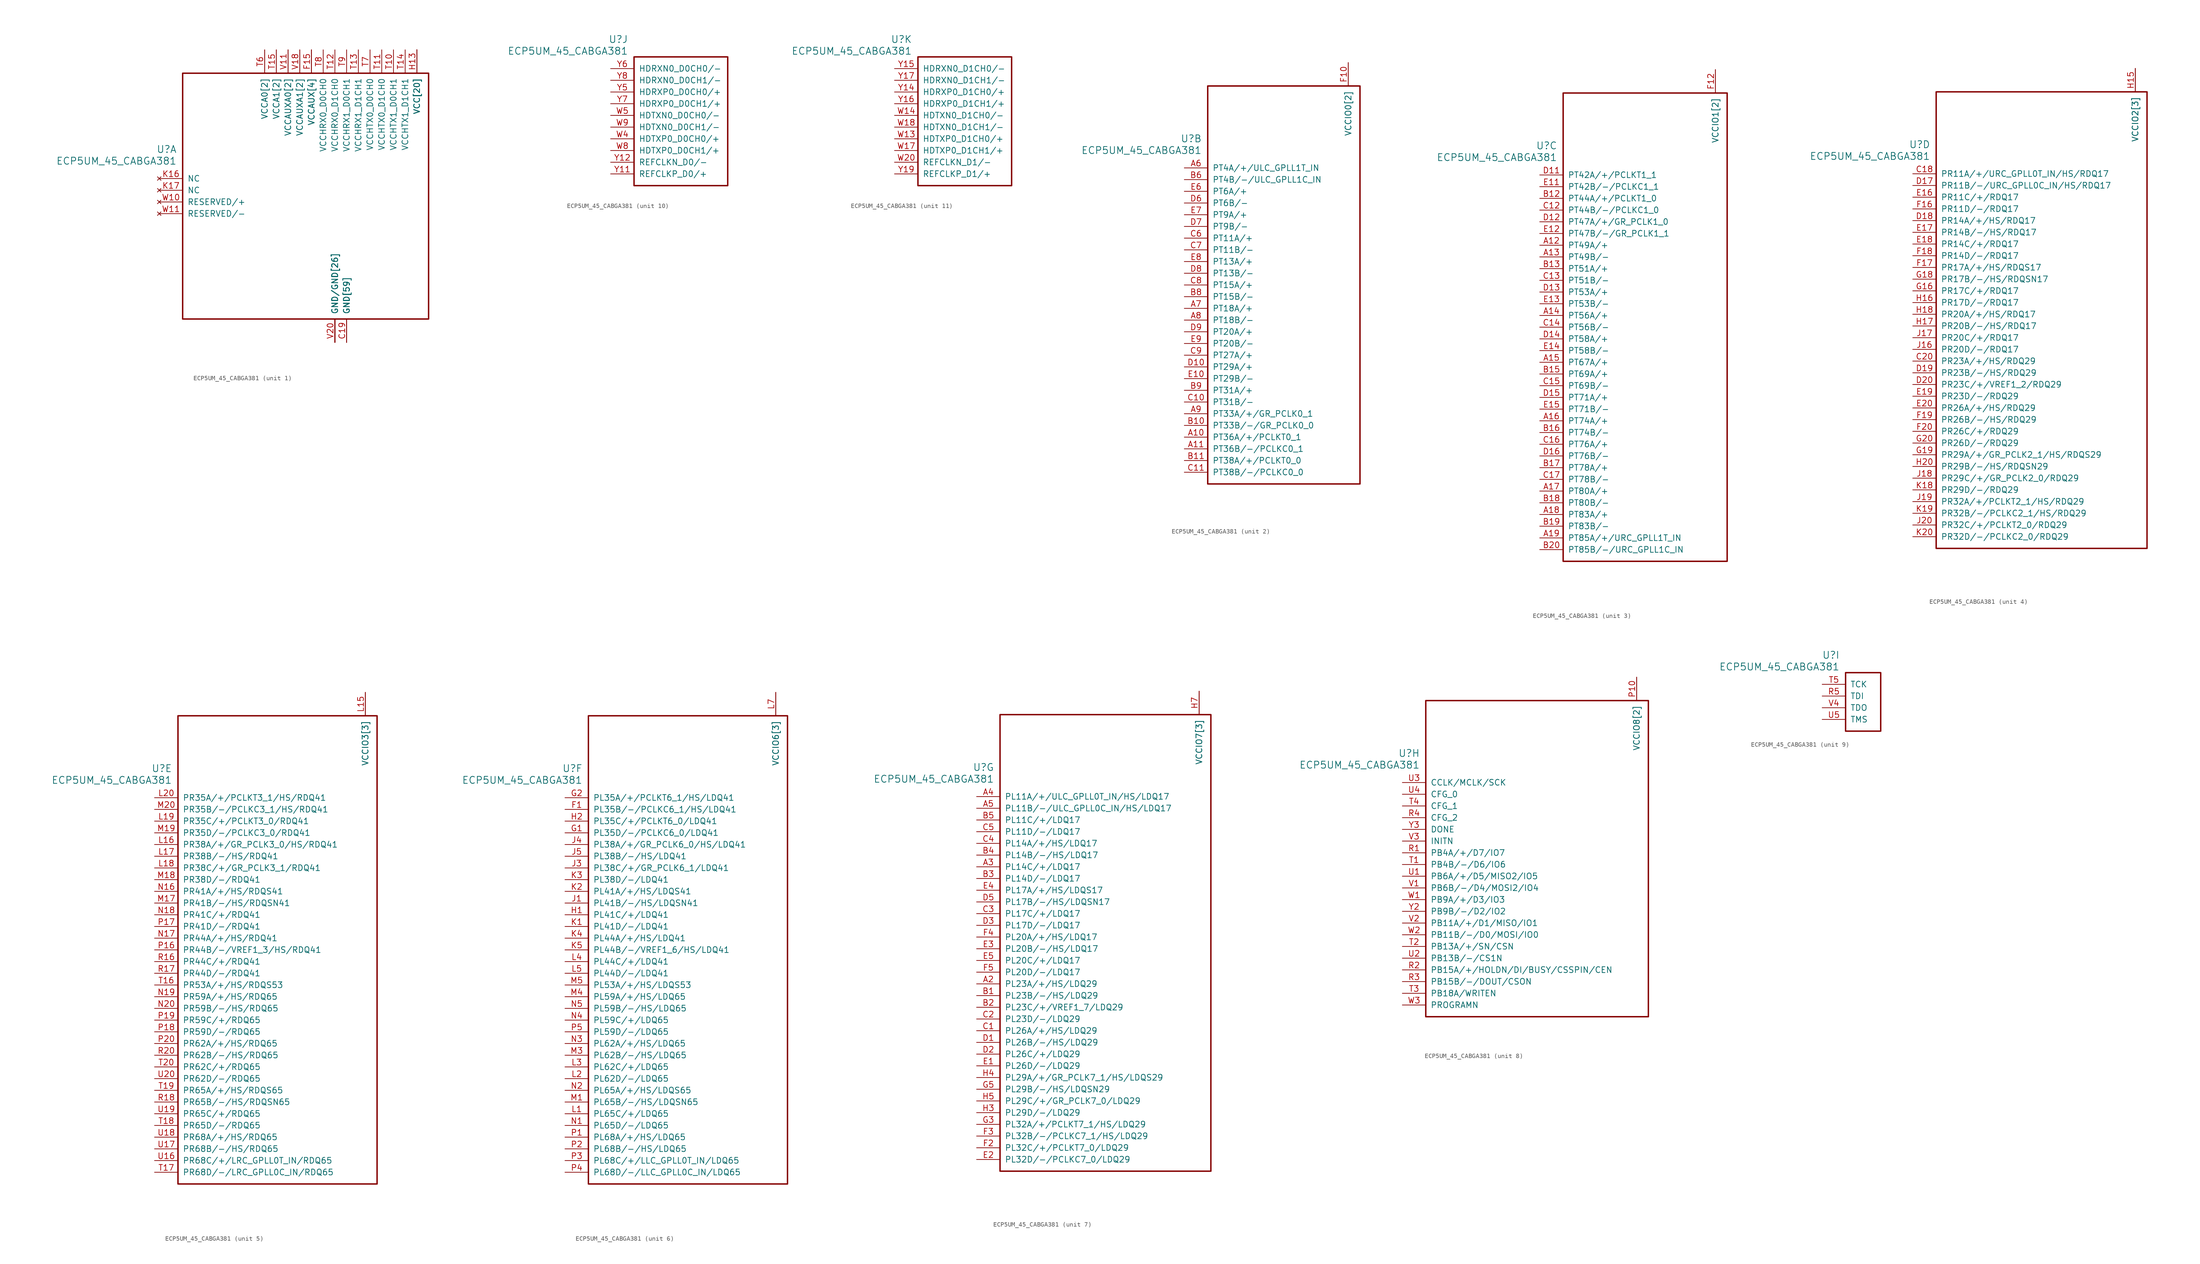
<source format=kicad_sym>
(kicad_symbol_lib
  (version 20211014)
  (generator kicad_symbol_editor)
  (symbol "ECP5UM_45_CABGA381"
    (pin_names
      (offset 1.016))
    (property "Reference" "U"
      (at 3.81 6.35 0)
      (effects (font (size 1.524 1.524)) (justify right)))
    (property "Value" "ECP5UM_45_CABGA381"
      (at 3.81 3.81 0)
      (effects (font (size 1.524 1.524)) (justify right)))
    (property "ki_locked" ""
      (at 0 0 0)
      (effects (font (size 1.27 1.27))))
    (symbol "ECP5UM_45_CABGA381_1_1"
      (rectangle (start 5.08 22.86) (end 58.42 -30.48) (stroke (width 0.305) (type default) (color 0 0 0 0)) (fill (type none)))
      (pin power_in line (at 40.64 -35.56 90) (length 5.08) (name "GND[59]" (effects (font (size 1.27 1.27)))) (number "B14" (effects (font (size 0 0)))))
      (pin power_in line (at 40.64 -35.56 90) (length 5.08) (name "GND[59]" (effects (font (size 1.27 1.27)))) (number "B7" (effects (font (size 0 0)))))
      (pin power_in line (at 40.64 -35.56 90) (length 5.08) (name "GND[59]" (effects (font (size 1.27 1.27)))) (number "C19" (effects (font (size 1.27 1.27)))))
      (pin power_in line (at 40.64 -35.56 90) (length 5.08) (name "GND[59]" (effects (font (size 1.27 1.27)))) (number "D4" (effects (font (size 0 0)))))
      (pin power_in line (at 40.64 -35.56 90) (length 5.08) (name "GND[59]" (effects (font (size 1.27 1.27)))) (number "F13" (effects (font (size 0 0)))))
      (pin power_in line (at 40.64 -35.56 90) (length 5.08) (name "GND[59]" (effects (font (size 1.27 1.27)))) (number "F14" (effects (font (size 0 0)))))
      (pin power_in line (at 33.02 27.94 270) (length 5.08) (name "VCCAUX[4]" (effects (font (size 1.27 1.27)))) (number "F15" (effects (font (size 1.27 1.27)))))
      (pin power_in line (at 33.02 27.94 270) (length 5.08) (name "VCCAUX[4]" (effects (font (size 1.27 1.27)))) (number "F6" (effects (font (size 0 0)))))
      (pin power_in line (at 40.64 -35.56 90) (length 5.08) (name "GND[59]" (effects (font (size 1.27 1.27)))) (number "F7" (effects (font (size 0 0)))))
      (pin power_in line (at 40.64 -35.56 90) (length 5.08) (name "GND[59]" (effects (font (size 1.27 1.27)))) (number "F8" (effects (font (size 0 0)))))
      (pin power_in line (at 40.64 -35.56 90) (length 5.08) (name "GND[59]" (effects (font (size 1.27 1.27)))) (number "G10" (effects (font (size 0 0)))))
      (pin power_in line (at 40.64 -35.56 90) (length 5.08) (name "GND[59]" (effects (font (size 1.27 1.27)))) (number "G11" (effects (font (size 0 0)))))
      (pin power_in line (at 40.64 -35.56 90) (length 5.08) (name "GND[59]" (effects (font (size 1.27 1.27)))) (number "G12" (effects (font (size 0 0)))))
      (pin power_in line (at 40.64 -35.56 90) (length 5.08) (name "GND[59]" (effects (font (size 1.27 1.27)))) (number "G13" (effects (font (size 0 0)))))
      (pin power_in line (at 40.64 -35.56 90) (length 5.08) (name "GND[59]" (effects (font (size 1.27 1.27)))) (number "G14" (effects (font (size 0 0)))))
      (pin power_in line (at 40.64 -35.56 90) (length 5.08) (name "GND[59]" (effects (font (size 1.27 1.27)))) (number "G15" (effects (font (size 0 0)))))
      (pin power_in line (at 40.64 -35.56 90) (length 5.08) (name "GND[59]" (effects (font (size 1.27 1.27)))) (number "G17" (effects (font (size 0 0)))))
      (pin power_in line (at 40.64 -35.56 90) (length 5.08) (name "GND[59]" (effects (font (size 1.27 1.27)))) (number "G4" (effects (font (size 0 0)))))
      (pin power_in line (at 40.64 -35.56 90) (length 5.08) (name "GND[59]" (effects (font (size 1.27 1.27)))) (number "G6" (effects (font (size 0 0)))))
      (pin power_in line (at 40.64 -35.56 90) (length 5.08) (name "GND[59]" (effects (font (size 1.27 1.27)))) (number "G7" (effects (font (size 0 0)))))
      (pin power_in line (at 40.64 -35.56 90) (length 5.08) (name "GND[59]" (effects (font (size 1.27 1.27)))) (number "G8" (effects (font (size 0 0)))))
      (pin power_in line (at 40.64 -35.56 90) (length 5.08) (name "GND[59]" (effects (font (size 1.27 1.27)))) (number "G9" (effects (font (size 0 0)))))
      (pin power_in line (at 55.88 27.94 270) (length 5.08) (name "VCC[20]" (effects (font (size 1.27 1.27)))) (number "H10" (effects (font (size 0 0)))))
      (pin power_in line (at 55.88 27.94 270) (length 5.08) (name "VCC[20]" (effects (font (size 1.27 1.27)))) (number "H11" (effects (font (size 0 0)))))
      (pin power_in line (at 55.88 27.94 270) (length 5.08) (name "VCC[20]" (effects (font (size 1.27 1.27)))) (number "H12" (effects (font (size 0 0)))))
      (pin power_in line (at 55.88 27.94 270) (length 5.08) (name "VCC[20]" (effects (font (size 1.27 1.27)))) (number "H13" (effects (font (size 1.27 1.27)))))
      (pin power_in line (at 40.64 -35.56 90) (length 5.08) (name "GND[59]" (effects (font (size 1.27 1.27)))) (number "H19" (effects (font (size 0 0)))))
      (pin power_in line (at 55.88 27.94 270) (length 5.08) (name "VCC[20]" (effects (font (size 1.27 1.27)))) (number "H8" (effects (font (size 0 0)))))
      (pin power_in line (at 55.88 27.94 270) (length 5.08) (name "VCC[20]" (effects (font (size 1.27 1.27)))) (number "H9" (effects (font (size 0 0)))))
      (pin power_in line (at 40.64 -35.56 90) (length 5.08) (name "GND[59]" (effects (font (size 1.27 1.27)))) (number "J10" (effects (font (size 0 0)))))
      (pin power_in line (at 40.64 -35.56 90) (length 5.08) (name "GND[59]" (effects (font (size 1.27 1.27)))) (number "J11" (effects (font (size 0 0)))))
      (pin power_in line (at 40.64 -35.56 90) (length 5.08) (name "GND[59]" (effects (font (size 1.27 1.27)))) (number "J12" (effects (font (size 0 0)))))
      (pin power_in line (at 55.88 27.94 270) (length 5.08) (name "VCC[20]" (effects (font (size 1.27 1.27)))) (number "J13" (effects (font (size 0 0)))))
      (pin power_in line (at 40.64 -35.56 90) (length 5.08) (name "GND[59]" (effects (font (size 1.27 1.27)))) (number "J14" (effects (font (size 0 0)))))
      (pin power_in line (at 40.64 -35.56 90) (length 5.08) (name "GND[59]" (effects (font (size 1.27 1.27)))) (number "J2" (effects (font (size 0 0)))))
      (pin power_in line (at 40.64 -35.56 90) (length 5.08) (name "GND[59]" (effects (font (size 1.27 1.27)))) (number "J7" (effects (font (size 0 0)))))
      (pin power_in line (at 55.88 27.94 270) (length 5.08) (name "VCC[20]" (effects (font (size 1.27 1.27)))) (number "J8" (effects (font (size 0 0)))))
      (pin power_in line (at 40.64 -35.56 90) (length 5.08) (name "GND[59]" (effects (font (size 1.27 1.27)))) (number "J9" (effects (font (size 0 0)))))
      (pin power_in line (at 40.64 -35.56 90) (length 5.08) (name "GND[59]" (effects (font (size 1.27 1.27)))) (number "K10" (effects (font (size 0 0)))))
      (pin power_in line (at 40.64 -35.56 90) (length 5.08) (name "GND[59]" (effects (font (size 1.27 1.27)))) (number "K11" (effects (font (size 0 0)))))
      (pin power_in line (at 40.64 -35.56 90) (length 5.08) (name "GND[59]" (effects (font (size 1.27 1.27)))) (number "K12" (effects (font (size 0 0)))))
      (pin power_in line (at 55.88 27.94 270) (length 5.08) (name "VCC[20]" (effects (font (size 1.27 1.27)))) (number "K13" (effects (font (size 0 0)))))
      (pin power_in line (at 40.64 -35.56 90) (length 5.08) (name "GND[59]" (effects (font (size 1.27 1.27)))) (number "K14" (effects (font (size 0 0)))))
      (pin power_in line (at 40.64 -35.56 90) (length 5.08) (name "GND[59]" (effects (font (size 1.27 1.27)))) (number "K15" (effects (font (size 0 0)))))
      (pin no_connect line (at 0 0 0) (length 5.08) (name "NC" (effects (font (size 1.27 1.27)))) (number "K16" (effects (font (size 1.27 1.27)))))
      (pin no_connect line (at 0 -2.54 0) (length 5.08) (name "NC" (effects (font (size 1.27 1.27)))) (number "K17" (effects (font (size 1.27 1.27)))))
      (pin power_in line (at 40.64 -35.56 90) (length 5.08) (name "GND[59]" (effects (font (size 1.27 1.27)))) (number "K6" (effects (font (size 0 0)))))
      (pin power_in line (at 40.64 -35.56 90) (length 5.08) (name "GND[59]" (effects (font (size 1.27 1.27)))) (number "K7" (effects (font (size 0 0)))))
      (pin power_in line (at 55.88 27.94 270) (length 5.08) (name "VCC[20]" (effects (font (size 1.27 1.27)))) (number "K8" (effects (font (size 0 0)))))
      (pin power_in line (at 40.64 -35.56 90) (length 5.08) (name "GND[59]" (effects (font (size 1.27 1.27)))) (number "K9" (effects (font (size 0 0)))))
      (pin power_in line (at 40.64 -35.56 90) (length 5.08) (name "GND[59]" (effects (font (size 1.27 1.27)))) (number "L10" (effects (font (size 0 0)))))
      (pin power_in line (at 40.64 -35.56 90) (length 5.08) (name "GND[59]" (effects (font (size 1.27 1.27)))) (number "L11" (effects (font (size 0 0)))))
      (pin power_in line (at 40.64 -35.56 90) (length 5.08) (name "GND[59]" (effects (font (size 1.27 1.27)))) (number "L12" (effects (font (size 0 0)))))
      (pin power_in line (at 55.88 27.94 270) (length 5.08) (name "VCC[20]" (effects (font (size 1.27 1.27)))) (number "L13" (effects (font (size 0 0)))))
      (pin power_in line (at 55.88 27.94 270) (length 5.08) (name "VCC[20]" (effects (font (size 1.27 1.27)))) (number "L8" (effects (font (size 0 0)))))
      (pin power_in line (at 40.64 -35.56 90) (length 5.08) (name "GND[59]" (effects (font (size 1.27 1.27)))) (number "L9" (effects (font (size 0 0)))))
      (pin power_in line (at 40.64 -35.56 90) (length 5.08) (name "GND[59]" (effects (font (size 1.27 1.27)))) (number "M10" (effects (font (size 0 0)))))
      (pin power_in line (at 40.64 -35.56 90) (length 5.08) (name "GND[59]" (effects (font (size 1.27 1.27)))) (number "M11" (effects (font (size 0 0)))))
      (pin power_in line (at 40.64 -35.56 90) (length 5.08) (name "GND[59]" (effects (font (size 1.27 1.27)))) (number "M12" (effects (font (size 0 0)))))
      (pin power_in line (at 55.88 27.94 270) (length 5.08) (name "VCC[20]" (effects (font (size 1.27 1.27)))) (number "M13" (effects (font (size 0 0)))))
      (pin power_in line (at 40.64 -35.56 90) (length 5.08) (name "GND[59]" (effects (font (size 1.27 1.27)))) (number "M14" (effects (font (size 0 0)))))
      (pin power_in line (at 40.64 -35.56 90) (length 5.08) (name "GND[59]" (effects (font (size 1.27 1.27)))) (number "M16" (effects (font (size 0 0)))))
      (pin power_in line (at 40.64 -35.56 90) (length 5.08) (name "GND[59]" (effects (font (size 1.27 1.27)))) (number "M2" (effects (font (size 0 0)))))
      (pin power_in line (at 40.64 -35.56 90) (length 5.08) (name "GND[59]" (effects (font (size 1.27 1.27)))) (number "M7" (effects (font (size 0 0)))))
      (pin power_in line (at 55.88 27.94 270) (length 5.08) (name "VCC[20]" (effects (font (size 1.27 1.27)))) (number "M8" (effects (font (size 0 0)))))
      (pin power_in line (at 40.64 -35.56 90) (length 5.08) (name "GND[59]" (effects (font (size 1.27 1.27)))) (number "M9" (effects (font (size 0 0)))))
      (pin power_in line (at 55.88 27.94 270) (length 5.08) (name "VCC[20]" (effects (font (size 1.27 1.27)))) (number "N10" (effects (font (size 0 0)))))
      (pin power_in line (at 55.88 27.94 270) (length 5.08) (name "VCC[20]" (effects (font (size 1.27 1.27)))) (number "N11" (effects (font (size 0 0)))))
      (pin power_in line (at 55.88 27.94 270) (length 5.08) (name "VCC[20]" (effects (font (size 1.27 1.27)))) (number "N12" (effects (font (size 0 0)))))
      (pin power_in line (at 55.88 27.94 270) (length 5.08) (name "VCC[20]" (effects (font (size 1.27 1.27)))) (number "N13" (effects (font (size 0 0)))))
      (pin power_in line (at 40.64 -35.56 90) (length 5.08) (name "GND[59]" (effects (font (size 1.27 1.27)))) (number "N14" (effects (font (size 0 0)))))
      (pin power_in line (at 40.64 -35.56 90) (length 5.08) (name "GND[59]" (effects (font (size 1.27 1.27)))) (number "N15" (effects (font (size 0 0)))))
      (pin power_in line (at 40.64 -35.56 90) (length 5.08) (name "GND[59]" (effects (font (size 1.27 1.27)))) (number "N6" (effects (font (size 0 0)))))
      (pin power_in line (at 40.64 -35.56 90) (length 5.08) (name "GND[59]" (effects (font (size 1.27 1.27)))) (number "N7" (effects (font (size 0 0)))))
      (pin power_in line (at 55.88 27.94 270) (length 5.08) (name "VCC[20]" (effects (font (size 1.27 1.27)))) (number "N8" (effects (font (size 0 0)))))
      (pin power_in line (at 55.88 27.94 270) (length 5.08) (name "VCC[20]" (effects (font (size 1.27 1.27)))) (number "N9" (effects (font (size 0 0)))))
      (pin power_in line (at 40.64 -35.56 90) (length 5.08) (name "GND[59]" (effects (font (size 1.27 1.27)))) (number "P11" (effects (font (size 0 0)))))
      (pin power_in line (at 40.64 -35.56 90) (length 5.08) (name "GND[59]" (effects (font (size 1.27 1.27)))) (number "P12" (effects (font (size 0 0)))))
      (pin power_in line (at 40.64 -35.56 90) (length 5.08) (name "GND[59]" (effects (font (size 1.27 1.27)))) (number "P13" (effects (font (size 0 0)))))
      (pin power_in line (at 40.64 -35.56 90) (length 5.08) (name "GND[59]" (effects (font (size 1.27 1.27)))) (number "P14" (effects (font (size 0 0)))))
      (pin power_in line (at 33.02 27.94 270) (length 5.08) (name "VCCAUX[4]" (effects (font (size 1.27 1.27)))) (number "P15" (effects (font (size 0 0)))))
      (pin power_in line (at 33.02 27.94 270) (length 5.08) (name "VCCAUX[4]" (effects (font (size 1.27 1.27)))) (number "P6" (effects (font (size 0 0)))))
      (pin power_in line (at 40.64 -35.56 90) (length 5.08) (name "GND[59]" (effects (font (size 1.27 1.27)))) (number "P7" (effects (font (size 0 0)))))
      (pin power_in line (at 40.64 -35.56 90) (length 5.08) (name "GND[59]" (effects (font (size 1.27 1.27)))) (number "P8" (effects (font (size 0 0)))))
      (pin power_in line (at 40.64 -35.56 90) (length 5.08) (name "GND[59]" (effects (font (size 1.27 1.27)))) (number "R19" (effects (font (size 0 0)))))
      (pin power_in line (at 50.8 27.94 270) (length 5.08) (name "VCCHTX1_D0CH1" (effects (font (size 1.27 1.27)))) (number "T10" (effects (font (size 1.27 1.27)))))
      (pin power_in line (at 48.26 27.94 270) (length 5.08) (name "VCCHTX0_D1CH0" (effects (font (size 1.27 1.27)))) (number "T11" (effects (font (size 1.27 1.27)))))
      (pin power_in line (at 38.1 27.94 270) (length 5.08) (name "VCCHRX0_D1CH0" (effects (font (size 1.27 1.27)))) (number "T12" (effects (font (size 1.27 1.27)))))
      (pin power_in line (at 43.18 27.94 270) (length 5.08) (name "VCCHRX1_D1CH1" (effects (font (size 1.27 1.27)))) (number "T13" (effects (font (size 1.27 1.27)))))
      (pin power_in line (at 53.34 27.94 270) (length 5.08) (name "VCCHTX1_D1CH1" (effects (font (size 1.27 1.27)))) (number "T14" (effects (font (size 1.27 1.27)))))
      (pin power_in line (at 25.4 27.94 270) (length 5.08) (name "VCCA1[2]" (effects (font (size 1.27 1.27)))) (number "T15" (effects (font (size 1.27 1.27)))))
      (pin power_in line (at 22.86 27.94 270) (length 5.08) (name "VCCA0[2]" (effects (font (size 1.27 1.27)))) (number "T6" (effects (font (size 1.27 1.27)))))
      (pin power_in line (at 45.72 27.94 270) (length 5.08) (name "VCCHTX0_D0CH0" (effects (font (size 1.27 1.27)))) (number "T7" (effects (font (size 1.27 1.27)))))
      (pin power_in line (at 35.56 27.94 270) (length 5.08) (name "VCCHRX0_D0CH0" (effects (font (size 1.27 1.27)))) (number "T8" (effects (font (size 1.27 1.27)))))
      (pin power_in line (at 40.64 27.94 270) (length 5.08) (name "VCCHRX1_D0CH1" (effects (font (size 1.27 1.27)))) (number "T9" (effects (font (size 1.27 1.27)))))
      (pin power_in line (at 38.1 -35.56 90) (length 5.08) (name "GND/GND[26]" (effects (font (size 1.27 1.27)))) (number "U10" (effects (font (size 0 0)))))
      (pin power_in line (at 38.1 -35.56 90) (length 5.08) (name "GND/GND[26]" (effects (font (size 1.27 1.27)))) (number "U11" (effects (font (size 0 0)))))
      (pin power_in line (at 38.1 -35.56 90) (length 5.08) (name "GND/GND[26]" (effects (font (size 1.27 1.27)))) (number "U12" (effects (font (size 0 0)))))
      (pin power_in line (at 38.1 -35.56 90) (length 5.08) (name "GND/GND[26]" (effects (font (size 1.27 1.27)))) (number "U13" (effects (font (size 0 0)))))
      (pin power_in line (at 38.1 -35.56 90) (length 5.08) (name "GND/GND[26]" (effects (font (size 1.27 1.27)))) (number "U14" (effects (font (size 0 0)))))
      (pin power_in line (at 25.4 27.94 270) (length 5.08) (name "VCCA1[2]" (effects (font (size 1.27 1.27)))) (number "U15" (effects (font (size 0 0)))))
      (pin power_in line (at 22.86 27.94 270) (length 5.08) (name "VCCA0[2]" (effects (font (size 1.27 1.27)))) (number "U6" (effects (font (size 0 0)))))
      (pin power_in line (at 38.1 -35.56 90) (length 5.08) (name "GND/GND[26]" (effects (font (size 1.27 1.27)))) (number "U7" (effects (font (size 0 0)))))
      (pin power_in line (at 38.1 -35.56 90) (length 5.08) (name "GND/GND[26]" (effects (font (size 1.27 1.27)))) (number "U8" (effects (font (size 0 0)))))
      (pin power_in line (at 38.1 -35.56 90) (length 5.08) (name "GND/GND[26]" (effects (font (size 1.27 1.27)))) (number "U9" (effects (font (size 0 0)))))
      (pin power_in line (at 27.94 27.94 270) (length 5.08) (name "VCCAUXA0[2]" (effects (font (size 1.27 1.27)))) (number "V10" (effects (font (size 0 0)))))
      (pin power_in line (at 27.94 27.94 270) (length 5.08) (name "VCCAUXA0[2]" (effects (font (size 1.27 1.27)))) (number "V11" (effects (font (size 1.27 1.27)))))
      (pin power_in line (at 38.1 -35.56 90) (length 5.08) (name "GND/GND[26]" (effects (font (size 1.27 1.27)))) (number "V12" (effects (font (size 0 0)))))
      (pin power_in line (at 38.1 -35.56 90) (length 5.08) (name "GND/GND[26]" (effects (font (size 1.27 1.27)))) (number "V13" (effects (font (size 0 0)))))
      (pin power_in line (at 38.1 -35.56 90) (length 5.08) (name "GND/GND[26]" (effects (font (size 1.27 1.27)))) (number "V14" (effects (font (size 0 0)))))
      (pin power_in line (at 38.1 -35.56 90) (length 5.08) (name "GND/GND[26]" (effects (font (size 1.27 1.27)))) (number "V15" (effects (font (size 0 0)))))
      (pin power_in line (at 38.1 -35.56 90) (length 5.08) (name "GND/GND[26]" (effects (font (size 1.27 1.27)))) (number "V16" (effects (font (size 0 0)))))
      (pin power_in line (at 30.48 27.94 270) (length 5.08) (name "VCCAUXA1[2]" (effects (font (size 1.27 1.27)))) (number "V17" (effects (font (size 0 0)))))
      (pin power_in line (at 30.48 27.94 270) (length 5.08) (name "VCCAUXA1[2]" (effects (font (size 1.27 1.27)))) (number "V18" (effects (font (size 1.27 1.27)))))
      (pin power_in line (at 38.1 -35.56 90) (length 5.08) (name "GND/GND[26]" (effects (font (size 1.27 1.27)))) (number "V19" (effects (font (size 0 0)))))
      (pin power_in line (at 38.1 -35.56 90) (length 5.08) (name "GND/GND[26]" (effects (font (size 1.27 1.27)))) (number "V20" (effects (font (size 1.27 1.27)))))
      (pin power_in line (at 38.1 -35.56 90) (length 5.08) (name "GND/GND[26]" (effects (font (size 1.27 1.27)))) (number "V5" (effects (font (size 0 0)))))
      (pin power_in line (at 38.1 -35.56 90) (length 5.08) (name "GND/GND[26]" (effects (font (size 1.27 1.27)))) (number "V6" (effects (font (size 0 0)))))
      (pin power_in line (at 38.1 -35.56 90) (length 5.08) (name "GND/GND[26]" (effects (font (size 1.27 1.27)))) (number "V7" (effects (font (size 0 0)))))
      (pin power_in line (at 38.1 -35.56 90) (length 5.08) (name "GND/GND[26]" (effects (font (size 1.27 1.27)))) (number "V8" (effects (font (size 0 0)))))
      (pin power_in line (at 38.1 -35.56 90) (length 5.08) (name "GND/GND[26]" (effects (font (size 1.27 1.27)))) (number "V9" (effects (font (size 0 0)))))
      (pin no_connect line (at 0 -5.08 0) (length 5.08) (name "RESERVED/+" (effects (font (size 1.27 1.27)))) (number "W10" (effects (font (size 1.27 1.27)))))
      (pin no_connect line (at 0 -7.62 0) (length 5.08) (name "RESERVED/-" (effects (font (size 1.27 1.27)))) (number "W11" (effects (font (size 1.27 1.27)))))
      (pin power_in line (at 38.1 -35.56 90) (length 5.08) (name "GND/GND[26]" (effects (font (size 1.27 1.27)))) (number "W12" (effects (font (size 0 0)))))
      (pin power_in line (at 38.1 -35.56 90) (length 5.08) (name "GND/GND[26]" (effects (font (size 1.27 1.27)))) (number "W15" (effects (font (size 0 0)))))
      (pin power_in line (at 38.1 -35.56 90) (length 5.08) (name "GND/GND[26]" (effects (font (size 1.27 1.27)))) (number "W16" (effects (font (size 0 0)))))
      (pin power_in line (at 38.1 -35.56 90) (length 5.08) (name "GND/GND[26]" (effects (font (size 1.27 1.27)))) (number "W19" (effects (font (size 0 0)))))
      (pin power_in line (at 38.1 -35.56 90) (length 5.08) (name "GND/GND[26]" (effects (font (size 1.27 1.27)))) (number "W6" (effects (font (size 0 0)))))
      (pin power_in line (at 38.1 -35.56 90) (length 5.08) (name "GND/GND[26]" (effects (font (size 1.27 1.27)))) (number "W7" (effects (font (size 0 0))))))
    (symbol "ECP5UM_45_CABGA381_2_1"
      (rectangle (start 5.08 17.78) (end 38.1 -68.58) (stroke (width 0.305) (type default) (color 0 0 0 0)) (fill (type none)))
      (pin bidirectional line (at 0 -58.42 0) (length 5.08) (name "PT36A/+/PCLKT0_1" (effects (font (size 1.27 1.27)))) (number "A10" (effects (font (size 1.27 1.27)))))
      (pin bidirectional line (at 0 -60.96 0) (length 5.08) (name "PT36B/-/PCLKC0_1" (effects (font (size 1.27 1.27)))) (number "A11" (effects (font (size 1.27 1.27)))))
      (pin bidirectional line (at 0 0 0) (length 5.08) (name "PT4A/+/ULC_GPLL1T_IN" (effects (font (size 1.27 1.27)))) (number "A6" (effects (font (size 1.27 1.27)))))
      (pin bidirectional line (at 0 -30.48 0) (length 5.08) (name "PT18A/+" (effects (font (size 1.27 1.27)))) (number "A7" (effects (font (size 1.27 1.27)))))
      (pin bidirectional line (at 0 -33.02 0) (length 5.08) (name "PT18B/-" (effects (font (size 1.27 1.27)))) (number "A8" (effects (font (size 1.27 1.27)))))
      (pin bidirectional line (at 0 -53.34 0) (length 5.08) (name "PT33A/+/GR_PCLK0_1" (effects (font (size 1.27 1.27)))) (number "A9" (effects (font (size 1.27 1.27)))))
      (pin bidirectional line (at 0 -55.88 0) (length 5.08) (name "PT33B/-/GR_PCLK0_0" (effects (font (size 1.27 1.27)))) (number "B10" (effects (font (size 1.27 1.27)))))
      (pin bidirectional line (at 0 -63.5 0) (length 5.08) (name "PT38A/+/PCLKT0_0" (effects (font (size 1.27 1.27)))) (number "B11" (effects (font (size 1.27 1.27)))))
      (pin bidirectional line (at 0 -2.54 0) (length 5.08) (name "PT4B/-/ULC_GPLL1C_IN" (effects (font (size 1.27 1.27)))) (number "B6" (effects (font (size 1.27 1.27)))))
      (pin bidirectional line (at 0 -27.94 0) (length 5.08) (name "PT15B/-" (effects (font (size 1.27 1.27)))) (number "B8" (effects (font (size 1.27 1.27)))))
      (pin bidirectional line (at 0 -48.26 0) (length 5.08) (name "PT31A/+" (effects (font (size 1.27 1.27)))) (number "B9" (effects (font (size 1.27 1.27)))))
      (pin bidirectional line (at 0 -50.8 0) (length 5.08) (name "PT31B/-" (effects (font (size 1.27 1.27)))) (number "C10" (effects (font (size 1.27 1.27)))))
      (pin bidirectional line (at 0 -66.04 0) (length 5.08) (name "PT38B/-/PCLKC0_0" (effects (font (size 1.27 1.27)))) (number "C11" (effects (font (size 1.27 1.27)))))
      (pin bidirectional line (at 0 -15.24 0) (length 5.08) (name "PT11A/+" (effects (font (size 1.27 1.27)))) (number "C6" (effects (font (size 1.27 1.27)))))
      (pin bidirectional line (at 0 -17.78 0) (length 5.08) (name "PT11B/-" (effects (font (size 1.27 1.27)))) (number "C7" (effects (font (size 1.27 1.27)))))
      (pin bidirectional line (at 0 -25.4 0) (length 5.08) (name "PT15A/+" (effects (font (size 1.27 1.27)))) (number "C8" (effects (font (size 1.27 1.27)))))
      (pin bidirectional line (at 0 -40.64 0) (length 5.08) (name "PT27A/+" (effects (font (size 1.27 1.27)))) (number "C9" (effects (font (size 1.27 1.27)))))
      (pin bidirectional line (at 0 -43.18 0) (length 5.08) (name "PT29A/+" (effects (font (size 1.27 1.27)))) (number "D10" (effects (font (size 1.27 1.27)))))
      (pin bidirectional line (at 0 -7.62 0) (length 5.08) (name "PT6B/-" (effects (font (size 1.27 1.27)))) (number "D6" (effects (font (size 1.27 1.27)))))
      (pin bidirectional line (at 0 -12.7 0) (length 5.08) (name "PT9B/-" (effects (font (size 1.27 1.27)))) (number "D7" (effects (font (size 1.27 1.27)))))
      (pin bidirectional line (at 0 -22.86 0) (length 5.08) (name "PT13B/-" (effects (font (size 1.27 1.27)))) (number "D8" (effects (font (size 1.27 1.27)))))
      (pin bidirectional line (at 0 -35.56 0) (length 5.08) (name "PT20A/+" (effects (font (size 1.27 1.27)))) (number "D9" (effects (font (size 1.27 1.27)))))
      (pin bidirectional line (at 0 -45.72 0) (length 5.08) (name "PT29B/-" (effects (font (size 1.27 1.27)))) (number "E10" (effects (font (size 1.27 1.27)))))
      (pin bidirectional line (at 0 -5.08 0) (length 5.08) (name "PT6A/+" (effects (font (size 1.27 1.27)))) (number "E6" (effects (font (size 1.27 1.27)))))
      (pin bidirectional line (at 0 -10.16 0) (length 5.08) (name "PT9A/+" (effects (font (size 1.27 1.27)))) (number "E7" (effects (font (size 1.27 1.27)))))
      (pin bidirectional line (at 0 -20.32 0) (length 5.08) (name "PT13A/+" (effects (font (size 1.27 1.27)))) (number "E8" (effects (font (size 1.27 1.27)))))
      (pin bidirectional line (at 0 -38.1 0) (length 5.08) (name "PT20B/-" (effects (font (size 1.27 1.27)))) (number "E9" (effects (font (size 1.27 1.27)))))
      (pin power_in line (at 35.56 22.86 270) (length 5.08) (name "VCCIO0[2]" (effects (font (size 1.27 1.27)))) (number "F10" (effects (font (size 1.27 1.27)))))
      (pin power_in line (at 35.56 22.86 270) (length 5.08) (name "VCCIO0[2]" (effects (font (size 1.27 1.27)))) (number "F9" (effects (font (size 0 0))))))
    (symbol "ECP5UM_45_CABGA381_3_1"
      (rectangle (start 5.08 17.78) (end 40.64 -83.82) (stroke (width 0.305) (type default) (color 0 0 0 0)) (fill (type none)))
      (pin bidirectional line (at 0 -15.24 0) (length 5.08) (name "PT49A/+" (effects (font (size 1.27 1.27)))) (number "A12" (effects (font (size 1.27 1.27)))))
      (pin bidirectional line (at 0 -17.78 0) (length 5.08) (name "PT49B/-" (effects (font (size 1.27 1.27)))) (number "A13" (effects (font (size 1.27 1.27)))))
      (pin bidirectional line (at 0 -30.48 0) (length 5.08) (name "PT56A/+" (effects (font (size 1.27 1.27)))) (number "A14" (effects (font (size 1.27 1.27)))))
      (pin bidirectional line (at 0 -40.64 0) (length 5.08) (name "PT67A/+" (effects (font (size 1.27 1.27)))) (number "A15" (effects (font (size 1.27 1.27)))))
      (pin bidirectional line (at 0 -53.34 0) (length 5.08) (name "PT74A/+" (effects (font (size 1.27 1.27)))) (number "A16" (effects (font (size 1.27 1.27)))))
      (pin bidirectional line (at 0 -68.58 0) (length 5.08) (name "PT80A/+" (effects (font (size 1.27 1.27)))) (number "A17" (effects (font (size 1.27 1.27)))))
      (pin bidirectional line (at 0 -73.66 0) (length 5.08) (name "PT83A/+" (effects (font (size 1.27 1.27)))) (number "A18" (effects (font (size 1.27 1.27)))))
      (pin bidirectional line (at 0 -78.74 0) (length 5.08) (name "PT85A/+/URC_GPLL1T_IN" (effects (font (size 1.27 1.27)))) (number "A19" (effects (font (size 1.27 1.27)))))
      (pin bidirectional line (at 0 -5.08 0) (length 5.08) (name "PT44A/+/PCLKT1_0" (effects (font (size 1.27 1.27)))) (number "B12" (effects (font (size 1.27 1.27)))))
      (pin bidirectional line (at 0 -20.32 0) (length 5.08) (name "PT51A/+" (effects (font (size 1.27 1.27)))) (number "B13" (effects (font (size 1.27 1.27)))))
      (pin bidirectional line (at 0 -43.18 0) (length 5.08) (name "PT69A/+" (effects (font (size 1.27 1.27)))) (number "B15" (effects (font (size 1.27 1.27)))))
      (pin bidirectional line (at 0 -55.88 0) (length 5.08) (name "PT74B/-" (effects (font (size 1.27 1.27)))) (number "B16" (effects (font (size 1.27 1.27)))))
      (pin bidirectional line (at 0 -63.5 0) (length 5.08) (name "PT78A/+" (effects (font (size 1.27 1.27)))) (number "B17" (effects (font (size 1.27 1.27)))))
      (pin bidirectional line (at 0 -71.12 0) (length 5.08) (name "PT80B/-" (effects (font (size 1.27 1.27)))) (number "B18" (effects (font (size 1.27 1.27)))))
      (pin bidirectional line (at 0 -76.2 0) (length 5.08) (name "PT83B/-" (effects (font (size 1.27 1.27)))) (number "B19" (effects (font (size 1.27 1.27)))))
      (pin bidirectional line (at 0 -81.28 0) (length 5.08) (name "PT85B/-/URC_GPLL1C_IN" (effects (font (size 1.27 1.27)))) (number "B20" (effects (font (size 1.27 1.27)))))
      (pin bidirectional line (at 0 -7.62 0) (length 5.08) (name "PT44B/-/PCLKC1_0" (effects (font (size 1.27 1.27)))) (number "C12" (effects (font (size 1.27 1.27)))))
      (pin bidirectional line (at 0 -22.86 0) (length 5.08) (name "PT51B/-" (effects (font (size 1.27 1.27)))) (number "C13" (effects (font (size 1.27 1.27)))))
      (pin bidirectional line (at 0 -33.02 0) (length 5.08) (name "PT56B/-" (effects (font (size 1.27 1.27)))) (number "C14" (effects (font (size 1.27 1.27)))))
      (pin bidirectional line (at 0 -45.72 0) (length 5.08) (name "PT69B/-" (effects (font (size 1.27 1.27)))) (number "C15" (effects (font (size 1.27 1.27)))))
      (pin bidirectional line (at 0 -58.42 0) (length 5.08) (name "PT76A/+" (effects (font (size 1.27 1.27)))) (number "C16" (effects (font (size 1.27 1.27)))))
      (pin bidirectional line (at 0 -66.04 0) (length 5.08) (name "PT78B/-" (effects (font (size 1.27 1.27)))) (number "C17" (effects (font (size 1.27 1.27)))))
      (pin bidirectional line (at 0 0 0) (length 5.08) (name "PT42A/+/PCLKT1_1" (effects (font (size 1.27 1.27)))) (number "D11" (effects (font (size 1.27 1.27)))))
      (pin bidirectional line (at 0 -10.16 0) (length 5.08) (name "PT47A/+/GR_PCLK1_0" (effects (font (size 1.27 1.27)))) (number "D12" (effects (font (size 1.27 1.27)))))
      (pin bidirectional line (at 0 -25.4 0) (length 5.08) (name "PT53A/+" (effects (font (size 1.27 1.27)))) (number "D13" (effects (font (size 1.27 1.27)))))
      (pin bidirectional line (at 0 -35.56 0) (length 5.08) (name "PT58A/+" (effects (font (size 1.27 1.27)))) (number "D14" (effects (font (size 1.27 1.27)))))
      (pin bidirectional line (at 0 -48.26 0) (length 5.08) (name "PT71A/+" (effects (font (size 1.27 1.27)))) (number "D15" (effects (font (size 1.27 1.27)))))
      (pin bidirectional line (at 0 -60.96 0) (length 5.08) (name "PT76B/-" (effects (font (size 1.27 1.27)))) (number "D16" (effects (font (size 1.27 1.27)))))
      (pin bidirectional line (at 0 -2.54 0) (length 5.08) (name "PT42B/-/PCLKC1_1" (effects (font (size 1.27 1.27)))) (number "E11" (effects (font (size 1.27 1.27)))))
      (pin bidirectional line (at 0 -12.7 0) (length 5.08) (name "PT47B/-/GR_PCLK1_1" (effects (font (size 1.27 1.27)))) (number "E12" (effects (font (size 1.27 1.27)))))
      (pin bidirectional line (at 0 -27.94 0) (length 5.08) (name "PT53B/-" (effects (font (size 1.27 1.27)))) (number "E13" (effects (font (size 1.27 1.27)))))
      (pin bidirectional line (at 0 -38.1 0) (length 5.08) (name "PT58B/-" (effects (font (size 1.27 1.27)))) (number "E14" (effects (font (size 1.27 1.27)))))
      (pin bidirectional line (at 0 -50.8 0) (length 5.08) (name "PT71B/-" (effects (font (size 1.27 1.27)))) (number "E15" (effects (font (size 1.27 1.27)))))
      (pin power_in line (at 38.1 22.86 270) (length 5.08) (name "VCCIO1[2]" (effects (font (size 1.27 1.27)))) (number "F11" (effects (font (size 0 0)))))
      (pin power_in line (at 38.1 22.86 270) (length 5.08) (name "VCCIO1[2]" (effects (font (size 1.27 1.27)))) (number "F12" (effects (font (size 1.27 1.27))))))
    (symbol "ECP5UM_45_CABGA381_4_1"
      (rectangle (start 5.08 17.78) (end 50.8 -81.28) (stroke (width 0.305) (type default) (color 0 0 0 0)) (fill (type none)))
      (pin bidirectional line (at 0 0 0) (length 5.08) (name "PR11A/+/URC_GPLL0T_IN/HS/RDQ17" (effects (font (size 1.27 1.27)))) (number "C18" (effects (font (size 1.27 1.27)))))
      (pin bidirectional line (at 0 -40.64 0) (length 5.08) (name "PR23A/+/HS/RDQ29" (effects (font (size 1.27 1.27)))) (number "C20" (effects (font (size 1.27 1.27)))))
      (pin bidirectional line (at 0 -2.54 0) (length 5.08) (name "PR11B/-/URC_GPLL0C_IN/HS/RDQ17" (effects (font (size 1.27 1.27)))) (number "D17" (effects (font (size 1.27 1.27)))))
      (pin bidirectional line (at 0 -10.16 0) (length 5.08) (name "PR14A/+/HS/RDQ17" (effects (font (size 1.27 1.27)))) (number "D18" (effects (font (size 1.27 1.27)))))
      (pin bidirectional line (at 0 -43.18 0) (length 5.08) (name "PR23B/-/HS/RDQ29" (effects (font (size 1.27 1.27)))) (number "D19" (effects (font (size 1.27 1.27)))))
      (pin bidirectional line (at 0 -45.72 0) (length 5.08) (name "PR23C/+/VREF1_2/RDQ29" (effects (font (size 1.27 1.27)))) (number "D20" (effects (font (size 1.27 1.27)))))
      (pin bidirectional line (at 0 -5.08 0) (length 5.08) (name "PR11C/+/RDQ17" (effects (font (size 1.27 1.27)))) (number "E16" (effects (font (size 1.27 1.27)))))
      (pin bidirectional line (at 0 -12.7 0) (length 5.08) (name "PR14B/-/HS/RDQ17" (effects (font (size 1.27 1.27)))) (number "E17" (effects (font (size 1.27 1.27)))))
      (pin bidirectional line (at 0 -15.24 0) (length 5.08) (name "PR14C/+/RDQ17" (effects (font (size 1.27 1.27)))) (number "E18" (effects (font (size 1.27 1.27)))))
      (pin bidirectional line (at 0 -48.26 0) (length 5.08) (name "PR23D/-/RDQ29" (effects (font (size 1.27 1.27)))) (number "E19" (effects (font (size 1.27 1.27)))))
      (pin bidirectional line (at 0 -50.8 0) (length 5.08) (name "PR26A/+/HS/RDQ29" (effects (font (size 1.27 1.27)))) (number "E20" (effects (font (size 1.27 1.27)))))
      (pin bidirectional line (at 0 -7.62 0) (length 5.08) (name "PR11D/-/RDQ17" (effects (font (size 1.27 1.27)))) (number "F16" (effects (font (size 1.27 1.27)))))
      (pin bidirectional line (at 0 -20.32 0) (length 5.08) (name "PR17A/+/HS/RDQS17" (effects (font (size 1.27 1.27)))) (number "F17" (effects (font (size 1.27 1.27)))))
      (pin bidirectional line (at 0 -17.78 0) (length 5.08) (name "PR14D/-/RDQ17" (effects (font (size 1.27 1.27)))) (number "F18" (effects (font (size 1.27 1.27)))))
      (pin bidirectional line (at 0 -53.34 0) (length 5.08) (name "PR26B/-/HS/RDQ29" (effects (font (size 1.27 1.27)))) (number "F19" (effects (font (size 1.27 1.27)))))
      (pin bidirectional line (at 0 -55.88 0) (length 5.08) (name "PR26C/+/RDQ29" (effects (font (size 1.27 1.27)))) (number "F20" (effects (font (size 1.27 1.27)))))
      (pin bidirectional line (at 0 -25.4 0) (length 5.08) (name "PR17C/+/RDQ17" (effects (font (size 1.27 1.27)))) (number "G16" (effects (font (size 1.27 1.27)))))
      (pin bidirectional line (at 0 -22.86 0) (length 5.08) (name "PR17B/-/HS/RDQSN17" (effects (font (size 1.27 1.27)))) (number "G18" (effects (font (size 1.27 1.27)))))
      (pin bidirectional line (at 0 -60.96 0) (length 5.08) (name "PR29A/+/GR_PCLK2_1/HS/RDQS29" (effects (font (size 1.27 1.27)))) (number "G19" (effects (font (size 1.27 1.27)))))
      (pin bidirectional line (at 0 -58.42 0) (length 5.08) (name "PR26D/-/RDQ29" (effects (font (size 1.27 1.27)))) (number "G20" (effects (font (size 1.27 1.27)))))
      (pin power_in line (at 48.26 22.86 270) (length 5.08) (name "VCCIO2[3]" (effects (font (size 1.27 1.27)))) (number "H14" (effects (font (size 0 0)))))
      (pin power_in line (at 48.26 22.86 270) (length 5.08) (name "VCCIO2[3]" (effects (font (size 1.27 1.27)))) (number "H15" (effects (font (size 1.27 1.27)))))
      (pin bidirectional line (at 0 -27.94 0) (length 5.08) (name "PR17D/-/RDQ17" (effects (font (size 1.27 1.27)))) (number "H16" (effects (font (size 1.27 1.27)))))
      (pin bidirectional line (at 0 -33.02 0) (length 5.08) (name "PR20B/-/HS/RDQ17" (effects (font (size 1.27 1.27)))) (number "H17" (effects (font (size 1.27 1.27)))))
      (pin bidirectional line (at 0 -30.48 0) (length 5.08) (name "PR20A/+/HS/RDQ17" (effects (font (size 1.27 1.27)))) (number "H18" (effects (font (size 1.27 1.27)))))
      (pin bidirectional line (at 0 -63.5 0) (length 5.08) (name "PR29B/-/HS/RDQSN29" (effects (font (size 1.27 1.27)))) (number "H20" (effects (font (size 1.27 1.27)))))
      (pin power_in line (at 48.26 22.86 270) (length 5.08) (name "VCCIO2[3]" (effects (font (size 1.27 1.27)))) (number "J15" (effects (font (size 0 0)))))
      (pin bidirectional line (at 0 -38.1 0) (length 5.08) (name "PR20D/-/RDQ17" (effects (font (size 1.27 1.27)))) (number "J16" (effects (font (size 1.27 1.27)))))
      (pin bidirectional line (at 0 -35.56 0) (length 5.08) (name "PR20C/+/RDQ17" (effects (font (size 1.27 1.27)))) (number "J17" (effects (font (size 1.27 1.27)))))
      (pin bidirectional line (at 0 -66.04 0) (length 5.08) (name "PR29C/+/GR_PCLK2_0/RDQ29" (effects (font (size 1.27 1.27)))) (number "J18" (effects (font (size 1.27 1.27)))))
      (pin bidirectional line (at 0 -71.12 0) (length 5.08) (name "PR32A/+/PCLKT2_1/HS/RDQ29" (effects (font (size 1.27 1.27)))) (number "J19" (effects (font (size 1.27 1.27)))))
      (pin bidirectional line (at 0 -76.2 0) (length 5.08) (name "PR32C/+/PCLKT2_0/RDQ29" (effects (font (size 1.27 1.27)))) (number "J20" (effects (font (size 1.27 1.27)))))
      (pin bidirectional line (at 0 -68.58 0) (length 5.08) (name "PR29D/-/RDQ29" (effects (font (size 1.27 1.27)))) (number "K18" (effects (font (size 1.27 1.27)))))
      (pin bidirectional line (at 0 -73.66 0) (length 5.08) (name "PR32B/-/PCLKC2_1/HS/RDQ29" (effects (font (size 1.27 1.27)))) (number "K19" (effects (font (size 1.27 1.27)))))
      (pin bidirectional line (at 0 -78.74 0) (length 5.08) (name "PR32D/-/PCLKC2_0/RDQ29" (effects (font (size 1.27 1.27)))) (number "K20" (effects (font (size 1.27 1.27))))))
    (symbol "ECP5UM_45_CABGA381_5_1"
      (rectangle (start 5.08 17.78) (end 48.26 -83.82) (stroke (width 0.305) (type default) (color 0 0 0 0)) (fill (type none)))
      (pin power_in line (at 45.72 22.86 270) (length 5.08) (name "VCCIO3[3]" (effects (font (size 1.27 1.27)))) (number "L14" (effects (font (size 0 0)))))
      (pin power_in line (at 45.72 22.86 270) (length 5.08) (name "VCCIO3[3]" (effects (font (size 1.27 1.27)))) (number "L15" (effects (font (size 1.27 1.27)))))
      (pin bidirectional line (at 0 -10.16 0) (length 5.08) (name "PR38A/+/GR_PCLK3_0/HS/RDQ41" (effects (font (size 1.27 1.27)))) (number "L16" (effects (font (size 1.27 1.27)))))
      (pin bidirectional line (at 0 -12.7 0) (length 5.08) (name "PR38B/-/HS/RDQ41" (effects (font (size 1.27 1.27)))) (number "L17" (effects (font (size 1.27 1.27)))))
      (pin bidirectional line (at 0 -15.24 0) (length 5.08) (name "PR38C/+/GR_PCLK3_1/RDQ41" (effects (font (size 1.27 1.27)))) (number "L18" (effects (font (size 1.27 1.27)))))
      (pin bidirectional line (at 0 -5.08 0) (length 5.08) (name "PR35C/+/PCLKT3_0/RDQ41" (effects (font (size 1.27 1.27)))) (number "L19" (effects (font (size 1.27 1.27)))))
      (pin bidirectional line (at 0 0 0) (length 5.08) (name "PR35A/+/PCLKT3_1/HS/RDQ41" (effects (font (size 1.27 1.27)))) (number "L20" (effects (font (size 1.27 1.27)))))
      (pin power_in line (at 45.72 22.86 270) (length 5.08) (name "VCCIO3[3]" (effects (font (size 1.27 1.27)))) (number "M15" (effects (font (size 0 0)))))
      (pin bidirectional line (at 0 -22.86 0) (length 5.08) (name "PR41B/-/HS/RDQSN41" (effects (font (size 1.27 1.27)))) (number "M17" (effects (font (size 1.27 1.27)))))
      (pin bidirectional line (at 0 -17.78 0) (length 5.08) (name "PR38D/-/RDQ41" (effects (font (size 1.27 1.27)))) (number "M18" (effects (font (size 1.27 1.27)))))
      (pin bidirectional line (at 0 -7.62 0) (length 5.08) (name "PR35D/-/PCLKC3_0/RDQ41" (effects (font (size 1.27 1.27)))) (number "M19" (effects (font (size 1.27 1.27)))))
      (pin bidirectional line (at 0 -2.54 0) (length 5.08) (name "PR35B/-/PCLKC3_1/HS/RDQ41" (effects (font (size 1.27 1.27)))) (number "M20" (effects (font (size 1.27 1.27)))))
      (pin bidirectional line (at 0 -20.32 0) (length 5.08) (name "PR41A/+/HS/RDQS41" (effects (font (size 1.27 1.27)))) (number "N16" (effects (font (size 1.27 1.27)))))
      (pin bidirectional line (at 0 -30.48 0) (length 5.08) (name "PR44A/+/HS/RDQ41" (effects (font (size 1.27 1.27)))) (number "N17" (effects (font (size 1.27 1.27)))))
      (pin bidirectional line (at 0 -25.4 0) (length 5.08) (name "PR41C/+/RDQ41" (effects (font (size 1.27 1.27)))) (number "N18" (effects (font (size 1.27 1.27)))))
      (pin bidirectional line (at 0 -43.18 0) (length 5.08) (name "PR59A/+/HS/RDQ65" (effects (font (size 1.27 1.27)))) (number "N19" (effects (font (size 1.27 1.27)))))
      (pin bidirectional line (at 0 -45.72 0) (length 5.08) (name "PR59B/-/HS/RDQ65" (effects (font (size 1.27 1.27)))) (number "N20" (effects (font (size 1.27 1.27)))))
      (pin bidirectional line (at 0 -33.02 0) (length 5.08) (name "PR44B/-/VREF1_3/HS/RDQ41" (effects (font (size 1.27 1.27)))) (number "P16" (effects (font (size 1.27 1.27)))))
      (pin bidirectional line (at 0 -27.94 0) (length 5.08) (name "PR41D/-/RDQ41" (effects (font (size 1.27 1.27)))) (number "P17" (effects (font (size 1.27 1.27)))))
      (pin bidirectional line (at 0 -50.8 0) (length 5.08) (name "PR59D/-/RDQ65" (effects (font (size 1.27 1.27)))) (number "P18" (effects (font (size 1.27 1.27)))))
      (pin bidirectional line (at 0 -48.26 0) (length 5.08) (name "PR59C/+/RDQ65" (effects (font (size 1.27 1.27)))) (number "P19" (effects (font (size 1.27 1.27)))))
      (pin bidirectional line (at 0 -53.34 0) (length 5.08) (name "PR62A/+/HS/RDQ65" (effects (font (size 1.27 1.27)))) (number "P20" (effects (font (size 1.27 1.27)))))
      (pin bidirectional line (at 0 -35.56 0) (length 5.08) (name "PR44C/+/RDQ41" (effects (font (size 1.27 1.27)))) (number "R16" (effects (font (size 1.27 1.27)))))
      (pin bidirectional line (at 0 -38.1 0) (length 5.08) (name "PR44D/-/RDQ41" (effects (font (size 1.27 1.27)))) (number "R17" (effects (font (size 1.27 1.27)))))
      (pin bidirectional line (at 0 -66.04 0) (length 5.08) (name "PR65B/-/HS/RDQSN65" (effects (font (size 1.27 1.27)))) (number "R18" (effects (font (size 1.27 1.27)))))
      (pin bidirectional line (at 0 -55.88 0) (length 5.08) (name "PR62B/-/HS/RDQ65" (effects (font (size 1.27 1.27)))) (number "R20" (effects (font (size 1.27 1.27)))))
      (pin bidirectional line (at 0 -40.64 0) (length 5.08) (name "PR53A/+/HS/RDQS53" (effects (font (size 1.27 1.27)))) (number "T16" (effects (font (size 1.27 1.27)))))
      (pin bidirectional line (at 0 -81.28 0) (length 5.08) (name "PR68D/-/LRC_GPLL0C_IN/RDQ65" (effects (font (size 1.27 1.27)))) (number "T17" (effects (font (size 1.27 1.27)))))
      (pin bidirectional line (at 0 -71.12 0) (length 5.08) (name "PR65D/-/RDQ65" (effects (font (size 1.27 1.27)))) (number "T18" (effects (font (size 1.27 1.27)))))
      (pin bidirectional line (at 0 -63.5 0) (length 5.08) (name "PR65A/+/HS/RDQS65" (effects (font (size 1.27 1.27)))) (number "T19" (effects (font (size 1.27 1.27)))))
      (pin bidirectional line (at 0 -58.42 0) (length 5.08) (name "PR62C/+/RDQ65" (effects (font (size 1.27 1.27)))) (number "T20" (effects (font (size 1.27 1.27)))))
      (pin bidirectional line (at 0 -78.74 0) (length 5.08) (name "PR68C/+/LRC_GPLL0T_IN/RDQ65" (effects (font (size 1.27 1.27)))) (number "U16" (effects (font (size 1.27 1.27)))))
      (pin bidirectional line (at 0 -76.2 0) (length 5.08) (name "PR68B/-/HS/RDQ65" (effects (font (size 1.27 1.27)))) (number "U17" (effects (font (size 1.27 1.27)))))
      (pin bidirectional line (at 0 -73.66 0) (length 5.08) (name "PR68A/+/HS/RDQ65" (effects (font (size 1.27 1.27)))) (number "U18" (effects (font (size 1.27 1.27)))))
      (pin bidirectional line (at 0 -68.58 0) (length 5.08) (name "PR65C/+/RDQ65" (effects (font (size 1.27 1.27)))) (number "U19" (effects (font (size 1.27 1.27)))))
      (pin bidirectional line (at 0 -60.96 0) (length 5.08) (name "PR62D/-/RDQ65" (effects (font (size 1.27 1.27)))) (number "U20" (effects (font (size 1.27 1.27))))))
    (symbol "ECP5UM_45_CABGA381_6_1"
      (rectangle (start 5.08 17.78) (end 48.26 -83.82) (stroke (width 0.305) (type default) (color 0 0 0 0)) (fill (type none)))
      (pin bidirectional line (at 0 -2.54 0) (length 5.08) (name "PL35B/-/PCLKC6_1/HS/LDQ41" (effects (font (size 1.27 1.27)))) (number "F1" (effects (font (size 1.27 1.27)))))
      (pin bidirectional line (at 0 -7.62 0) (length 5.08) (name "PL35D/-/PCLKC6_0/LDQ41" (effects (font (size 1.27 1.27)))) (number "G1" (effects (font (size 1.27 1.27)))))
      (pin bidirectional line (at 0 0 0) (length 5.08) (name "PL35A/+/PCLKT6_1/HS/LDQ41" (effects (font (size 1.27 1.27)))) (number "G2" (effects (font (size 1.27 1.27)))))
      (pin bidirectional line (at 0 -25.4 0) (length 5.08) (name "PL41C/+/LDQ41" (effects (font (size 1.27 1.27)))) (number "H1" (effects (font (size 1.27 1.27)))))
      (pin bidirectional line (at 0 -5.08 0) (length 5.08) (name "PL35C/+/PCLKT6_0/LDQ41" (effects (font (size 1.27 1.27)))) (number "H2" (effects (font (size 1.27 1.27)))))
      (pin bidirectional line (at 0 -22.86 0) (length 5.08) (name "PL41B/-/HS/LDQSN41" (effects (font (size 1.27 1.27)))) (number "J1" (effects (font (size 1.27 1.27)))))
      (pin bidirectional line (at 0 -15.24 0) (length 5.08) (name "PL38C/+/GR_PCLK6_1/LDQ41" (effects (font (size 1.27 1.27)))) (number "J3" (effects (font (size 1.27 1.27)))))
      (pin bidirectional line (at 0 -10.16 0) (length 5.08) (name "PL38A/+/GR_PCLK6_0/HS/LDQ41" (effects (font (size 1.27 1.27)))) (number "J4" (effects (font (size 1.27 1.27)))))
      (pin bidirectional line (at 0 -12.7 0) (length 5.08) (name "PL38B/-/HS/LDQ41" (effects (font (size 1.27 1.27)))) (number "J5" (effects (font (size 1.27 1.27)))))
      (pin bidirectional line (at 0 -27.94 0) (length 5.08) (name "PL41D/-/LDQ41" (effects (font (size 1.27 1.27)))) (number "K1" (effects (font (size 1.27 1.27)))))
      (pin bidirectional line (at 0 -20.32 0) (length 5.08) (name "PL41A/+/HS/LDQS41" (effects (font (size 1.27 1.27)))) (number "K2" (effects (font (size 1.27 1.27)))))
      (pin bidirectional line (at 0 -17.78 0) (length 5.08) (name "PL38D/-/LDQ41" (effects (font (size 1.27 1.27)))) (number "K3" (effects (font (size 1.27 1.27)))))
      (pin bidirectional line (at 0 -30.48 0) (length 5.08) (name "PL44A/+/HS/LDQ41" (effects (font (size 1.27 1.27)))) (number "K4" (effects (font (size 1.27 1.27)))))
      (pin bidirectional line (at 0 -33.02 0) (length 5.08) (name "PL44B/-/VREF1_6/HS/LDQ41" (effects (font (size 1.27 1.27)))) (number "K5" (effects (font (size 1.27 1.27)))))
      (pin bidirectional line (at 0 -68.58 0) (length 5.08) (name "PL65C/+/LDQ65" (effects (font (size 1.27 1.27)))) (number "L1" (effects (font (size 1.27 1.27)))))
      (pin bidirectional line (at 0 -60.96 0) (length 5.08) (name "PL62D/-/LDQ65" (effects (font (size 1.27 1.27)))) (number "L2" (effects (font (size 1.27 1.27)))))
      (pin bidirectional line (at 0 -58.42 0) (length 5.08) (name "PL62C/+/LDQ65" (effects (font (size 1.27 1.27)))) (number "L3" (effects (font (size 1.27 1.27)))))
      (pin bidirectional line (at 0 -35.56 0) (length 5.08) (name "PL44C/+/LDQ41" (effects (font (size 1.27 1.27)))) (number "L4" (effects (font (size 1.27 1.27)))))
      (pin bidirectional line (at 0 -38.1 0) (length 5.08) (name "PL44D/-/LDQ41" (effects (font (size 1.27 1.27)))) (number "L5" (effects (font (size 1.27 1.27)))))
      (pin power_in line (at 45.72 22.86 270) (length 5.08) (name "VCCIO6[3]" (effects (font (size 1.27 1.27)))) (number "L6" (effects (font (size 0 0)))))
      (pin power_in line (at 45.72 22.86 270) (length 5.08) (name "VCCIO6[3]" (effects (font (size 1.27 1.27)))) (number "L7" (effects (font (size 1.27 1.27)))))
      (pin bidirectional line (at 0 -66.04 0) (length 5.08) (name "PL65B/-/HS/LDQSN65" (effects (font (size 1.27 1.27)))) (number "M1" (effects (font (size 1.27 1.27)))))
      (pin bidirectional line (at 0 -55.88 0) (length 5.08) (name "PL62B/-/HS/LDQ65" (effects (font (size 1.27 1.27)))) (number "M3" (effects (font (size 1.27 1.27)))))
      (pin bidirectional line (at 0 -43.18 0) (length 5.08) (name "PL59A/+/HS/LDQ65" (effects (font (size 1.27 1.27)))) (number "M4" (effects (font (size 1.27 1.27)))))
      (pin bidirectional line (at 0 -40.64 0) (length 5.08) (name "PL53A/+/HS/LDQS53" (effects (font (size 1.27 1.27)))) (number "M5" (effects (font (size 1.27 1.27)))))
      (pin power_in line (at 45.72 22.86 270) (length 5.08) (name "VCCIO6[3]" (effects (font (size 1.27 1.27)))) (number "M6" (effects (font (size 0 0)))))
      (pin bidirectional line (at 0 -71.12 0) (length 5.08) (name "PL65D/-/LDQ65" (effects (font (size 1.27 1.27)))) (number "N1" (effects (font (size 1.27 1.27)))))
      (pin bidirectional line (at 0 -63.5 0) (length 5.08) (name "PL65A/+/HS/LDQS65" (effects (font (size 1.27 1.27)))) (number "N2" (effects (font (size 1.27 1.27)))))
      (pin bidirectional line (at 0 -53.34 0) (length 5.08) (name "PL62A/+/HS/LDQ65" (effects (font (size 1.27 1.27)))) (number "N3" (effects (font (size 1.27 1.27)))))
      (pin bidirectional line (at 0 -48.26 0) (length 5.08) (name "PL59C/+/LDQ65" (effects (font (size 1.27 1.27)))) (number "N4" (effects (font (size 1.27 1.27)))))
      (pin bidirectional line (at 0 -45.72 0) (length 5.08) (name "PL59B/-/HS/LDQ65" (effects (font (size 1.27 1.27)))) (number "N5" (effects (font (size 1.27 1.27)))))
      (pin bidirectional line (at 0 -73.66 0) (length 5.08) (name "PL68A/+/HS/LDQ65" (effects (font (size 1.27 1.27)))) (number "P1" (effects (font (size 1.27 1.27)))))
      (pin bidirectional line (at 0 -76.2 0) (length 5.08) (name "PL68B/-/HS/LDQ65" (effects (font (size 1.27 1.27)))) (number "P2" (effects (font (size 1.27 1.27)))))
      (pin bidirectional line (at 0 -78.74 0) (length 5.08) (name "PL68C/+/LLC_GPLL0T_IN/LDQ65" (effects (font (size 1.27 1.27)))) (number "P3" (effects (font (size 1.27 1.27)))))
      (pin bidirectional line (at 0 -81.28 0) (length 5.08) (name "PL68D/-/LLC_GPLL0C_IN/LDQ65" (effects (font (size 1.27 1.27)))) (number "P4" (effects (font (size 1.27 1.27)))))
      (pin bidirectional line (at 0 -50.8 0) (length 5.08) (name "PL59D/-/LDQ65" (effects (font (size 1.27 1.27)))) (number "P5" (effects (font (size 1.27 1.27))))))
    (symbol "ECP5UM_45_CABGA381_7_1"
      (rectangle (start 5.08 17.78) (end 50.8 -81.28) (stroke (width 0.305) (type default) (color 0 0 0 0)) (fill (type none)))
      (pin bidirectional line (at 0 -40.64 0) (length 5.08) (name "PL23A/+/HS/LDQ29" (effects (font (size 1.27 1.27)))) (number "A2" (effects (font (size 1.27 1.27)))))
      (pin bidirectional line (at 0 -15.24 0) (length 5.08) (name "PL14C/+/LDQ17" (effects (font (size 1.27 1.27)))) (number "A3" (effects (font (size 1.27 1.27)))))
      (pin bidirectional line (at 0 0 0) (length 5.08) (name "PL11A/+/ULC_GPLL0T_IN/HS/LDQ17" (effects (font (size 1.27 1.27)))) (number "A4" (effects (font (size 1.27 1.27)))))
      (pin bidirectional line (at 0 -2.54 0) (length 5.08) (name "PL11B/-/ULC_GPLL0C_IN/HS/LDQ17" (effects (font (size 1.27 1.27)))) (number "A5" (effects (font (size 1.27 1.27)))))
      (pin bidirectional line (at 0 -43.18 0) (length 5.08) (name "PL23B/-/HS/LDQ29" (effects (font (size 1.27 1.27)))) (number "B1" (effects (font (size 1.27 1.27)))))
      (pin bidirectional line (at 0 -45.72 0) (length 5.08) (name "PL23C/+/VREF1_7/LDQ29" (effects (font (size 1.27 1.27)))) (number "B2" (effects (font (size 1.27 1.27)))))
      (pin bidirectional line (at 0 -17.78 0) (length 5.08) (name "PL14D/-/LDQ17" (effects (font (size 1.27 1.27)))) (number "B3" (effects (font (size 1.27 1.27)))))
      (pin bidirectional line (at 0 -12.7 0) (length 5.08) (name "PL14B/-/HS/LDQ17" (effects (font (size 1.27 1.27)))) (number "B4" (effects (font (size 1.27 1.27)))))
      (pin bidirectional line (at 0 -5.08 0) (length 5.08) (name "PL11C/+/LDQ17" (effects (font (size 1.27 1.27)))) (number "B5" (effects (font (size 1.27 1.27)))))
      (pin bidirectional line (at 0 -50.8 0) (length 5.08) (name "PL26A/+/HS/LDQ29" (effects (font (size 1.27 1.27)))) (number "C1" (effects (font (size 1.27 1.27)))))
      (pin bidirectional line (at 0 -48.26 0) (length 5.08) (name "PL23D/-/LDQ29" (effects (font (size 1.27 1.27)))) (number "C2" (effects (font (size 1.27 1.27)))))
      (pin bidirectional line (at 0 -25.4 0) (length 5.08) (name "PL17C/+/LDQ17" (effects (font (size 1.27 1.27)))) (number "C3" (effects (font (size 1.27 1.27)))))
      (pin bidirectional line (at 0 -10.16 0) (length 5.08) (name "PL14A/+/HS/LDQ17" (effects (font (size 1.27 1.27)))) (number "C4" (effects (font (size 1.27 1.27)))))
      (pin bidirectional line (at 0 -7.62 0) (length 5.08) (name "PL11D/-/LDQ17" (effects (font (size 1.27 1.27)))) (number "C5" (effects (font (size 1.27 1.27)))))
      (pin bidirectional line (at 0 -53.34 0) (length 5.08) (name "PL26B/-/HS/LDQ29" (effects (font (size 1.27 1.27)))) (number "D1" (effects (font (size 1.27 1.27)))))
      (pin bidirectional line (at 0 -55.88 0) (length 5.08) (name "PL26C/+/LDQ29" (effects (font (size 1.27 1.27)))) (number "D2" (effects (font (size 1.27 1.27)))))
      (pin bidirectional line (at 0 -27.94 0) (length 5.08) (name "PL17D/-/LDQ17" (effects (font (size 1.27 1.27)))) (number "D3" (effects (font (size 1.27 1.27)))))
      (pin bidirectional line (at 0 -22.86 0) (length 5.08) (name "PL17B/-/HS/LDQSN17" (effects (font (size 1.27 1.27)))) (number "D5" (effects (font (size 1.27 1.27)))))
      (pin bidirectional line (at 0 -58.42 0) (length 5.08) (name "PL26D/-/LDQ29" (effects (font (size 1.27 1.27)))) (number "E1" (effects (font (size 1.27 1.27)))))
      (pin bidirectional line (at 0 -78.74 0) (length 5.08) (name "PL32D/-/PCLKC7_0/LDQ29" (effects (font (size 1.27 1.27)))) (number "E2" (effects (font (size 1.27 1.27)))))
      (pin bidirectional line (at 0 -33.02 0) (length 5.08) (name "PL20B/-/HS/LDQ17" (effects (font (size 1.27 1.27)))) (number "E3" (effects (font (size 1.27 1.27)))))
      (pin bidirectional line (at 0 -20.32 0) (length 5.08) (name "PL17A/+/HS/LDQS17" (effects (font (size 1.27 1.27)))) (number "E4" (effects (font (size 1.27 1.27)))))
      (pin bidirectional line (at 0 -35.56 0) (length 5.08) (name "PL20C/+/LDQ17" (effects (font (size 1.27 1.27)))) (number "E5" (effects (font (size 1.27 1.27)))))
      (pin bidirectional line (at 0 -76.2 0) (length 5.08) (name "PL32C/+/PCLKT7_0/LDQ29" (effects (font (size 1.27 1.27)))) (number "F2" (effects (font (size 1.27 1.27)))))
      (pin bidirectional line (at 0 -73.66 0) (length 5.08) (name "PL32B/-/PCLKC7_1/HS/LDQ29" (effects (font (size 1.27 1.27)))) (number "F3" (effects (font (size 1.27 1.27)))))
      (pin bidirectional line (at 0 -30.48 0) (length 5.08) (name "PL20A/+/HS/LDQ17" (effects (font (size 1.27 1.27)))) (number "F4" (effects (font (size 1.27 1.27)))))
      (pin bidirectional line (at 0 -38.1 0) (length 5.08) (name "PL20D/-/LDQ17" (effects (font (size 1.27 1.27)))) (number "F5" (effects (font (size 1.27 1.27)))))
      (pin bidirectional line (at 0 -71.12 0) (length 5.08) (name "PL32A/+/PCLKT7_1/HS/LDQ29" (effects (font (size 1.27 1.27)))) (number "G3" (effects (font (size 1.27 1.27)))))
      (pin bidirectional line (at 0 -63.5 0) (length 5.08) (name "PL29B/-/HS/LDQSN29" (effects (font (size 1.27 1.27)))) (number "G5" (effects (font (size 1.27 1.27)))))
      (pin bidirectional line (at 0 -68.58 0) (length 5.08) (name "PL29D/-/LDQ29" (effects (font (size 1.27 1.27)))) (number "H3" (effects (font (size 1.27 1.27)))))
      (pin bidirectional line (at 0 -60.96 0) (length 5.08) (name "PL29A/+/GR_PCLK7_1/HS/LDQS29" (effects (font (size 1.27 1.27)))) (number "H4" (effects (font (size 1.27 1.27)))))
      (pin bidirectional line (at 0 -66.04 0) (length 5.08) (name "PL29C/+/GR_PCLK7_0/LDQ29" (effects (font (size 1.27 1.27)))) (number "H5" (effects (font (size 1.27 1.27)))))
      (pin power_in line (at 48.26 22.86 270) (length 5.08) (name "VCCIO7[3]" (effects (font (size 1.27 1.27)))) (number "H6" (effects (font (size 0 0)))))
      (pin power_in line (at 48.26 22.86 270) (length 5.08) (name "VCCIO7[3]" (effects (font (size 1.27 1.27)))) (number "H7" (effects (font (size 1.27 1.27)))))
      (pin power_in line (at 48.26 22.86 270) (length 5.08) (name "VCCIO7[3]" (effects (font (size 1.27 1.27)))) (number "J6" (effects (font (size 0 0))))))
    (symbol "ECP5UM_45_CABGA381_8_1"
      (rectangle (start 5.08 17.78) (end 53.34 -50.8) (stroke (width 0.305) (type default) (color 0 0 0 0)) (fill (type none)))
      (pin power_in line (at 50.8 22.86 270) (length 5.08) (name "VCCIO8[2]" (effects (font (size 1.27 1.27)))) (number "P10" (effects (font (size 1.27 1.27)))))
      (pin power_in line (at 50.8 22.86 270) (length 5.08) (name "VCCIO8[2]" (effects (font (size 1.27 1.27)))) (number "P9" (effects (font (size 0 0)))))
      (pin bidirectional line (at 0 -15.24 0) (length 5.08) (name "PB4A/+/D7/IO7" (effects (font (size 1.27 1.27)))) (number "R1" (effects (font (size 1.27 1.27)))))
      (pin bidirectional line (at 0 -40.64 0) (length 5.08) (name "PB15A/+/HOLDN/DI/BUSY/CSSPIN/CEN" (effects (font (size 1.27 1.27)))) (number "R2" (effects (font (size 1.27 1.27)))))
      (pin bidirectional line (at 0 -43.18 0) (length 5.08) (name "PB15B/-/DOUT/CSON" (effects (font (size 1.27 1.27)))) (number "R3" (effects (font (size 1.27 1.27)))))
      (pin bidirectional line (at 0 -7.62 0) (length 5.08) (name "CFG_2" (effects (font (size 1.27 1.27)))) (number "R4" (effects (font (size 1.27 1.27)))))
      (pin bidirectional line (at 0 -17.78 0) (length 5.08) (name "PB4B/-/D6/IO6" (effects (font (size 1.27 1.27)))) (number "T1" (effects (font (size 1.27 1.27)))))
      (pin bidirectional line (at 0 -35.56 0) (length 5.08) (name "PB13A/+/SN/CSN" (effects (font (size 1.27 1.27)))) (number "T2" (effects (font (size 1.27 1.27)))))
      (pin bidirectional line (at 0 -45.72 0) (length 5.08) (name "PB18A/WRITEN" (effects (font (size 1.27 1.27)))) (number "T3" (effects (font (size 1.27 1.27)))))
      (pin bidirectional line (at 0 -5.08 0) (length 5.08) (name "CFG_1" (effects (font (size 1.27 1.27)))) (number "T4" (effects (font (size 1.27 1.27)))))
      (pin bidirectional line (at 0 -20.32 0) (length 5.08) (name "PB6A/+/D5/MISO2/IO5" (effects (font (size 1.27 1.27)))) (number "U1" (effects (font (size 1.27 1.27)))))
      (pin bidirectional line (at 0 -38.1 0) (length 5.08) (name "PB13B/-/CS1N" (effects (font (size 1.27 1.27)))) (number "U2" (effects (font (size 1.27 1.27)))))
      (pin bidirectional line (at 0 0 0) (length 5.08) (name "CCLK/MCLK/SCK" (effects (font (size 1.27 1.27)))) (number "U3" (effects (font (size 1.27 1.27)))))
      (pin bidirectional line (at 0 -2.54 0) (length 5.08) (name "CFG_0" (effects (font (size 1.27 1.27)))) (number "U4" (effects (font (size 1.27 1.27)))))
      (pin bidirectional line (at 0 -22.86 0) (length 5.08) (name "PB6B/-/D4/MOSI2/IO4" (effects (font (size 1.27 1.27)))) (number "V1" (effects (font (size 1.27 1.27)))))
      (pin bidirectional line (at 0 -30.48 0) (length 5.08) (name "PB11A/+/D1/MISO/IO1" (effects (font (size 1.27 1.27)))) (number "V2" (effects (font (size 1.27 1.27)))))
      (pin bidirectional line (at 0 -12.7 0) (length 5.08) (name "INITN" (effects (font (size 1.27 1.27)))) (number "V3" (effects (font (size 1.27 1.27)))))
      (pin bidirectional line (at 0 -25.4 0) (length 5.08) (name "PB9A/+/D3/IO3" (effects (font (size 1.27 1.27)))) (number "W1" (effects (font (size 1.27 1.27)))))
      (pin bidirectional line (at 0 -33.02 0) (length 5.08) (name "PB11B/-/D0/MOSI/IO0" (effects (font (size 1.27 1.27)))) (number "W2" (effects (font (size 1.27 1.27)))))
      (pin bidirectional line (at 0 -48.26 0) (length 5.08) (name "PROGRAMN" (effects (font (size 1.27 1.27)))) (number "W3" (effects (font (size 1.27 1.27)))))
      (pin bidirectional line (at 0 -27.94 0) (length 5.08) (name "PB9B/-/D2/IO2" (effects (font (size 1.27 1.27)))) (number "Y2" (effects (font (size 1.27 1.27)))))
      (pin bidirectional line (at 0 -10.16 0) (length 5.08) (name "DONE" (effects (font (size 1.27 1.27)))) (number "Y3" (effects (font (size 1.27 1.27))))))
    (symbol "ECP5UM_45_CABGA381_9_1"
      (rectangle (start 5.08 2.54) (end 12.7 -10.16) (stroke (width 0.305) (type default) (color 0 0 0 0)) (fill (type none)))
      (pin bidirectional line (at 0 -2.54 0) (length 5.08) (name "TDI" (effects (font (size 1.27 1.27)))) (number "R5" (effects (font (size 1.27 1.27)))))
      (pin bidirectional line (at 0 0 0) (length 5.08) (name "TCK" (effects (font (size 1.27 1.27)))) (number "T5" (effects (font (size 1.27 1.27)))))
      (pin bidirectional line (at 0 -7.62 0) (length 5.08) (name "TMS" (effects (font (size 1.27 1.27)))) (number "U5" (effects (font (size 1.27 1.27)))))
      (pin bidirectional line (at 0 -5.08 0) (length 5.08) (name "TDO" (effects (font (size 1.27 1.27)))) (number "V4" (effects (font (size 1.27 1.27))))))
    (symbol "ECP5UM_45_CABGA381_10_1"
      (rectangle (start 5.08 2.54) (end 25.4 -25.4) (stroke (width 0.305) (type default) (color 0 0 0 0)) (fill (type none)))
      (pin bidirectional line (at 0 -15.24 0) (length 5.08) (name "HDTXP0_D0CH0/+" (effects (font (size 1.27 1.27)))) (number "W4" (effects (font (size 1.27 1.27)))))
      (pin bidirectional line (at 0 -10.16 0) (length 5.08) (name "HDTXN0_D0CH0/-" (effects (font (size 1.27 1.27)))) (number "W5" (effects (font (size 1.27 1.27)))))
      (pin bidirectional line (at 0 -17.78 0) (length 5.08) (name "HDTXP0_D0CH1/+" (effects (font (size 1.27 1.27)))) (number "W8" (effects (font (size 1.27 1.27)))))
      (pin bidirectional line (at 0 -12.7 0) (length 5.08) (name "HDTXN0_D0CH1/-" (effects (font (size 1.27 1.27)))) (number "W9" (effects (font (size 1.27 1.27)))))
      (pin bidirectional line (at 0 -22.86 0) (length 5.08) (name "REFCLKP_D0/+" (effects (font (size 1.27 1.27)))) (number "Y11" (effects (font (size 1.27 1.27)))))
      (pin bidirectional line (at 0 -20.32 0) (length 5.08) (name "REFCLKN_D0/-" (effects (font (size 1.27 1.27)))) (number "Y12" (effects (font (size 1.27 1.27)))))
      (pin bidirectional line (at 0 -5.08 0) (length 5.08) (name "HDRXP0_D0CH0/+" (effects (font (size 1.27 1.27)))) (number "Y5" (effects (font (size 1.27 1.27)))))
      (pin bidirectional line (at 0 0 0) (length 5.08) (name "HDRXN0_D0CH0/-" (effects (font (size 1.27 1.27)))) (number "Y6" (effects (font (size 1.27 1.27)))))
      (pin bidirectional line (at 0 -7.62 0) (length 5.08) (name "HDRXP0_D0CH1/+" (effects (font (size 1.27 1.27)))) (number "Y7" (effects (font (size 1.27 1.27)))))
      (pin bidirectional line (at 0 -2.54 0) (length 5.08) (name "HDRXN0_D0CH1/-" (effects (font (size 1.27 1.27)))) (number "Y8" (effects (font (size 1.27 1.27))))))
    (symbol "ECP5UM_45_CABGA381_11_1"
      (rectangle (start 5.08 2.54) (end 25.4 -25.4) (stroke (width 0.305) (type default) (color 0 0 0 0)) (fill (type none)))
      (pin bidirectional line (at 0 -15.24 0) (length 5.08) (name "HDTXP0_D1CH0/+" (effects (font (size 1.27 1.27)))) (number "W13" (effects (font (size 1.27 1.27)))))
      (pin bidirectional line (at 0 -10.16 0) (length 5.08) (name "HDTXN0_D1CH0/-" (effects (font (size 1.27 1.27)))) (number "W14" (effects (font (size 1.27 1.27)))))
      (pin bidirectional line (at 0 -17.78 0) (length 5.08) (name "HDTXP0_D1CH1/+" (effects (font (size 1.27 1.27)))) (number "W17" (effects (font (size 1.27 1.27)))))
      (pin bidirectional line (at 0 -12.7 0) (length 5.08) (name "HDTXN0_D1CH1/-" (effects (font (size 1.27 1.27)))) (number "W18" (effects (font (size 1.27 1.27)))))
      (pin bidirectional line (at 0 -20.32 0) (length 5.08) (name "REFCLKN_D1/-" (effects (font (size 1.27 1.27)))) (number "W20" (effects (font (size 1.27 1.27)))))
      (pin bidirectional line (at 0 -5.08 0) (length 5.08) (name "HDRXP0_D1CH0/+" (effects (font (size 1.27 1.27)))) (number "Y14" (effects (font (size 1.27 1.27)))))
      (pin bidirectional line (at 0 0 0) (length 5.08) (name "HDRXN0_D1CH0/-" (effects (font (size 1.27 1.27)))) (number "Y15" (effects (font (size 1.27 1.27)))))
      (pin bidirectional line (at 0 -7.62 0) (length 5.08) (name "HDRXP0_D1CH1/+" (effects (font (size 1.27 1.27)))) (number "Y16" (effects (font (size 1.27 1.27)))))
      (pin bidirectional line (at 0 -2.54 0) (length 5.08) (name "HDRXN0_D1CH1/-" (effects (font (size 1.27 1.27)))) (number "Y17" (effects (font (size 1.27 1.27)))))
      (pin bidirectional line (at 0 -22.86 0) (length 5.08) (name "REFCLKP_D1/+" (effects (font (size 1.27 1.27)))) (number "Y19" (effects (font (size 1.27 1.27))))))))
</source>
